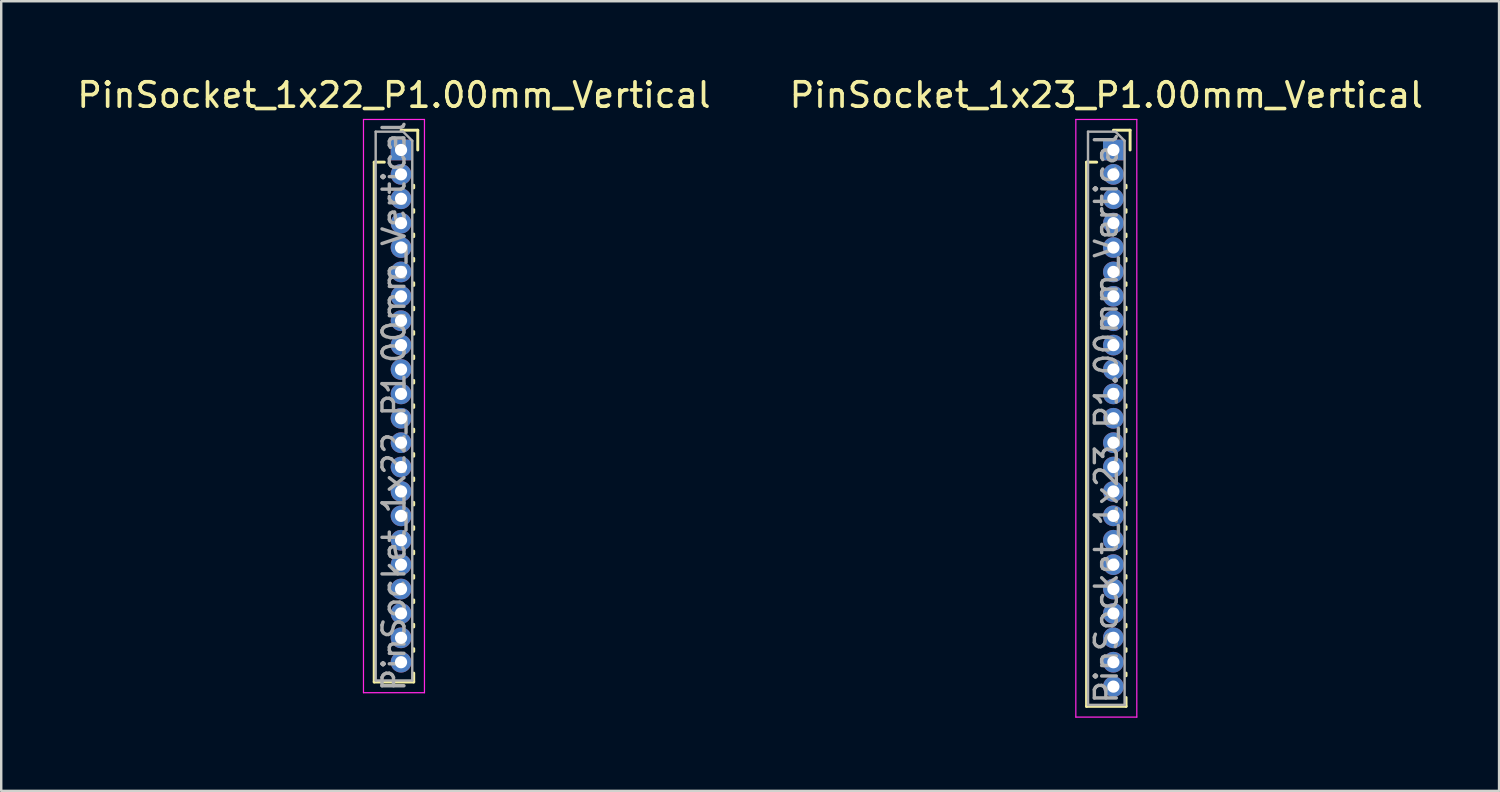
<source format=kicad_pcb>
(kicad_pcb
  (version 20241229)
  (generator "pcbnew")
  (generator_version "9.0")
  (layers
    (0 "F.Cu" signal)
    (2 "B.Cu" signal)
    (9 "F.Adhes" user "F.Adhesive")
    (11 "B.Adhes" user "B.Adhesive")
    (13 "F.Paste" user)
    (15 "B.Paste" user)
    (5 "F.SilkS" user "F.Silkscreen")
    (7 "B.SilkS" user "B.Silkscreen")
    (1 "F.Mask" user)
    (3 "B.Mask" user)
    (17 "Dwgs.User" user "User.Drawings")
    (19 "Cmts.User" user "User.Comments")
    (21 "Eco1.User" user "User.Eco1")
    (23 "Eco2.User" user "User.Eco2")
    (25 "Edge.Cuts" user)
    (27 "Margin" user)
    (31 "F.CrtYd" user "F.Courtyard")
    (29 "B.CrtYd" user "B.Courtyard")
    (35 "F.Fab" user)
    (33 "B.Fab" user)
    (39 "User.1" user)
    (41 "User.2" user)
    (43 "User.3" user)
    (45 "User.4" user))
  (footprint "PinSocket_1x22_P1.00mm_Vertical"
    (layer "F.Cu")
    (at 13.391 3.098)
    (property "Reference" "PinSocket_1x22_P1.00mm_Vertical" (at -0.29 -2.25 0) (layer "F.SilkS") (effects (font (size 1 1) (thickness 0.15))))
    (attr through_hole)
    (fp_line (start -1.1 0.5) (end -1.1 21.81) (stroke (width 0.12) (type solid)) (layer "F.SilkS"))
    (fp_line (start -1.1 0.5) (end -0.685 0.5) (stroke (width 0.12) (type solid)) (layer "F.SilkS"))
    (fp_line (start -1.1 21.81) (end 0.52 21.81) (stroke (width 0.12) (type solid)) (layer "F.SilkS"))
    (fp_line (start 0 -0.81) (end 0.685 -0.81) (stroke (width 0.12) (type solid)) (layer "F.SilkS"))
    (fp_line (start 0.52 1.446) (end 0.52 1.554) (stroke (width 0.12) (type solid)) (layer "F.SilkS"))
    (fp_line (start 0.52 2.446) (end 0.52 2.554) (stroke (width 0.12) (type solid)) (layer "F.SilkS"))
    (fp_line (start 0.52 3.446) (end 0.52 3.554) (stroke (width 0.12) (type solid)) (layer "F.SilkS"))
    (fp_line (start 0.52 4.446) (end 0.52 4.554) (stroke (width 0.12) (type solid)) (layer "F.SilkS"))
    (fp_line (start 0.52 5.446) (end 0.52 5.554) (stroke (width 0.12) (type solid)) (layer "F.SilkS"))
    (fp_line (start 0.52 6.446) (end 0.52 6.554) (stroke (width 0.12) (type solid)) (layer "F.SilkS"))
    (fp_line (start 0.52 7.446) (end 0.52 7.554) (stroke (width 0.12) (type solid)) (layer "F.SilkS"))
    (fp_line (start 0.52 8.446) (end 0.52 8.554) (stroke (width 0.12) (type solid)) (layer "F.SilkS"))
    (fp_line (start 0.52 9.446) (end 0.52 9.554) (stroke (width 0.12) (type solid)) (layer "F.SilkS"))
    (fp_line (start 0.52 10.446) (end 0.52 10.554) (stroke (width 0.12) (type solid)) (layer "F.SilkS"))
    (fp_line (start 0.52 11.446) (end 0.52 11.554) (stroke (width 0.12) (type solid)) (layer "F.SilkS"))
    (fp_line (start 0.52 12.446) (end 0.52 12.554) (stroke (width 0.12) (type solid)) (layer "F.SilkS"))
    (fp_line (start 0.52 13.446) (end 0.52 13.554) (stroke (width 0.12) (type solid)) (layer "F.SilkS"))
    (fp_line (start 0.52 14.446) (end 0.52 14.554) (stroke (width 0.12) (type solid)) (layer "F.SilkS"))
    (fp_line (start 0.52 15.446) (end 0.52 15.554) (stroke (width 0.12) (type solid)) (layer "F.SilkS"))
    (fp_line (start 0.52 16.446) (end 0.52 16.554) (stroke (width 0.12) (type solid)) (layer "F.SilkS"))
    (fp_line (start 0.52 17.446) (end 0.52 17.554) (stroke (width 0.12) (type solid)) (layer "F.SilkS"))
    (fp_line (start 0.52 18.446) (end 0.52 18.554) (stroke (width 0.12) (type solid)) (layer "F.SilkS"))
    (fp_line (start 0.52 19.446) (end 0.52 19.554) (stroke (width 0.12) (type solid)) (layer "F.SilkS"))
    (fp_line (start 0.52 20.446) (end 0.52 20.554) (stroke (width 0.12) (type solid)) (layer "F.SilkS"))
    (fp_line (start 0.52 21.446) (end 0.52 21.81) (stroke (width 0.12) (type solid)) (layer "F.SilkS"))
    (fp_line (start 0.685 -0.81) (end 0.685 0) (stroke (width 0.12) (type solid)) (layer "F.SilkS"))
    (fp_line (start -1.54 -1.25) (end 0.96 -1.25) (stroke (width 0.05) (type solid)) (layer "F.CrtYd"))
    (fp_line (start -1.54 22.25) (end -1.54 -1.25) (stroke (width 0.05) (type solid)) (layer "F.CrtYd"))
    (fp_line (start 0.96 -1.25) (end 0.96 22.25) (stroke (width 0.05) (type solid)) (layer "F.CrtYd"))
    (fp_line (start 0.96 22.25) (end -1.54 22.25) (stroke (width 0.05) (type solid)) (layer "F.CrtYd"))
    (fp_line (start -1.04 -0.75) (end 0.085 -0.75) (stroke (width 0.1) (type solid)) (layer "F.Fab"))
    (fp_line (start -1.04 21.75) (end -1.04 -0.75) (stroke (width 0.1) (type solid)) (layer "F.Fab"))
    (fp_line (start 0.085 -0.75) (end 0.46 -0.375) (stroke (width 0.1) (type solid)) (layer "F.Fab"))
    (fp_line (start 0.46 -0.375) (end 0.46 21.75) (stroke (width 0.1) (type solid)) (layer "F.Fab"))
    (fp_line (start 0.46 21.75) (end -1.04 21.75) (stroke (width 0.1) (type solid)) (layer "F.Fab"))
    (fp_text user "${REFERENCE}" (at -0.29 10.5 90) (layer "F.Fab") (effects (font (size 0.9 0.9) (thickness 0.14))))
    (pad "1" thru_hole rect (at 0 0) (size 0.85 0.85) (drill 0.5) (layers "*.Cu" "*.Mask"))
    (pad "2" thru_hole oval (at 0 1) (size 0.85 0.85) (drill 0.5) (layers "*.Cu" "*.Mask"))
    (pad "3" thru_hole oval (at 0 2) (size 0.85 0.85) (drill 0.5) (layers "*.Cu" "*.Mask"))
    (pad "4" thru_hole oval (at 0 3) (size 0.85 0.85) (drill 0.5) (layers "*.Cu" "*.Mask"))
    (pad "5" thru_hole oval (at 0 4) (size 0.85 0.85) (drill 0.5) (layers "*.Cu" "*.Mask"))
    (pad "6" thru_hole oval (at 0 5) (size 0.85 0.85) (drill 0.5) (layers "*.Cu" "*.Mask"))
    (pad "7" thru_hole oval (at 0 6) (size 0.85 0.85) (drill 0.5) (layers "*.Cu" "*.Mask"))
    (pad "8" thru_hole oval (at 0 7) (size 0.85 0.85) (drill 0.5) (layers "*.Cu" "*.Mask"))
    (pad "9" thru_hole oval (at 0 8) (size 0.85 0.85) (drill 0.5) (layers "*.Cu" "*.Mask"))
    (pad "10" thru_hole oval (at 0 9) (size 0.85 0.85) (drill 0.5) (layers "*.Cu" "*.Mask"))
    (pad "11" thru_hole oval (at 0 10) (size 0.85 0.85) (drill 0.5) (layers "*.Cu" "*.Mask"))
    (pad "12" thru_hole oval (at 0 11) (size 0.85 0.85) (drill 0.5) (layers "*.Cu" "*.Mask"))
    (pad "13" thru_hole oval (at 0 12) (size 0.85 0.85) (drill 0.5) (layers "*.Cu" "*.Mask"))
    (pad "14" thru_hole oval (at 0 13) (size 0.85 0.85) (drill 0.5) (layers "*.Cu" "*.Mask"))
    (pad "15" thru_hole oval (at 0 14) (size 0.85 0.85) (drill 0.5) (layers "*.Cu" "*.Mask"))
    (pad "16" thru_hole oval (at 0 15) (size 0.85 0.85) (drill 0.5) (layers "*.Cu" "*.Mask"))
    (pad "17" thru_hole oval (at 0 16) (size 0.85 0.85) (drill 0.5) (layers "*.Cu" "*.Mask"))
    (pad "18" thru_hole oval (at 0 17) (size 0.85 0.85) (drill 0.5) (layers "*.Cu" "*.Mask"))
    (pad "19" thru_hole oval (at 0 18) (size 0.85 0.85) (drill 0.5) (layers "*.Cu" "*.Mask"))
    (pad "20" thru_hole oval (at 0 19) (size 0.85 0.85) (drill 0.5) (layers "*.Cu" "*.Mask"))
    (pad "21" thru_hole oval (at 0 20) (size 0.85 0.85) (drill 0.5) (layers "*.Cu" "*.Mask"))
    (pad "22" thru_hole oval (at 0 21) (size 0.85 0.85) (drill 0.5) (layers "*.Cu" "*.Mask")))
  (footprint "PinSocket_1x23_P1.00mm_Vertical"
    (layer "F.Cu")
    (at 42.594 3.098)
    (property "Reference" "PinSocket_1x23_P1.00mm_Vertical" (at -0.29 -2.25 0) (layer "F.SilkS") (effects (font (size 1 1) (thickness 0.15))))
    (attr through_hole)
    (fp_line (start -1.1 0.5) (end -1.1 22.81) (stroke (width 0.12) (type solid)) (layer "F.SilkS"))
    (fp_line (start -1.1 0.5) (end -0.685 0.5) (stroke (width 0.12) (type solid)) (layer "F.SilkS"))
    (fp_line (start -1.1 22.81) (end 0.52 22.81) (stroke (width 0.12) (type solid)) (layer "F.SilkS"))
    (fp_line (start 0 -0.81) (end 0.685 -0.81) (stroke (width 0.12) (type solid)) (layer "F.SilkS"))
    (fp_line (start 0.52 1.446) (end 0.52 1.554) (stroke (width 0.12) (type solid)) (layer "F.SilkS"))
    (fp_line (start 0.52 2.446) (end 0.52 2.554) (stroke (width 0.12) (type solid)) (layer "F.SilkS"))
    (fp_line (start 0.52 3.446) (end 0.52 3.554) (stroke (width 0.12) (type solid)) (layer "F.SilkS"))
    (fp_line (start 0.52 4.446) (end 0.52 4.554) (stroke (width 0.12) (type solid)) (layer "F.SilkS"))
    (fp_line (start 0.52 5.446) (end 0.52 5.554) (stroke (width 0.12) (type solid)) (layer "F.SilkS"))
    (fp_line (start 0.52 6.446) (end 0.52 6.554) (stroke (width 0.12) (type solid)) (layer "F.SilkS"))
    (fp_line (start 0.52 7.446) (end 0.52 7.554) (stroke (width 0.12) (type solid)) (layer "F.SilkS"))
    (fp_line (start 0.52 8.446) (end 0.52 8.554) (stroke (width 0.12) (type solid)) (layer "F.SilkS"))
    (fp_line (start 0.52 9.446) (end 0.52 9.554) (stroke (width 0.12) (type solid)) (layer "F.SilkS"))
    (fp_line (start 0.52 10.446) (end 0.52 10.554) (stroke (width 0.12) (type solid)) (layer "F.SilkS"))
    (fp_line (start 0.52 11.446) (end 0.52 11.554) (stroke (width 0.12) (type solid)) (layer "F.SilkS"))
    (fp_line (start 0.52 12.446) (end 0.52 12.554) (stroke (width 0.12) (type solid)) (layer "F.SilkS"))
    (fp_line (start 0.52 13.446) (end 0.52 13.554) (stroke (width 0.12) (type solid)) (layer "F.SilkS"))
    (fp_line (start 0.52 14.446) (end 0.52 14.554) (stroke (width 0.12) (type solid)) (layer "F.SilkS"))
    (fp_line (start 0.52 15.446) (end 0.52 15.554) (stroke (width 0.12) (type solid)) (layer "F.SilkS"))
    (fp_line (start 0.52 16.446) (end 0.52 16.554) (stroke (width 0.12) (type solid)) (layer "F.SilkS"))
    (fp_line (start 0.52 17.446) (end 0.52 17.554) (stroke (width 0.12) (type solid)) (layer "F.SilkS"))
    (fp_line (start 0.52 18.446) (end 0.52 18.554) (stroke (width 0.12) (type solid)) (layer "F.SilkS"))
    (fp_line (start 0.52 19.446) (end 0.52 19.554) (stroke (width 0.12) (type solid)) (layer "F.SilkS"))
    (fp_line (start 0.52 20.446) (end 0.52 20.554) (stroke (width 0.12) (type solid)) (layer "F.SilkS"))
    (fp_line (start 0.52 21.446) (end 0.52 21.554) (stroke (width 0.12) (type solid)) (layer "F.SilkS"))
    (fp_line (start 0.52 22.446) (end 0.52 22.81) (stroke (width 0.12) (type solid)) (layer "F.SilkS"))
    (fp_line (start 0.685 -0.81) (end 0.685 0) (stroke (width 0.12) (type solid)) (layer "F.SilkS"))
    (fp_line (start -1.54 -1.25) (end 0.96 -1.25) (stroke (width 0.05) (type solid)) (layer "F.CrtYd"))
    (fp_line (start -1.54 23.25) (end -1.54 -1.25) (stroke (width 0.05) (type solid)) (layer "F.CrtYd"))
    (fp_line (start 0.96 -1.25) (end 0.96 23.25) (stroke (width 0.05) (type solid)) (layer "F.CrtYd"))
    (fp_line (start 0.96 23.25) (end -1.54 23.25) (stroke (width 0.05) (type solid)) (layer "F.CrtYd"))
    (fp_line (start -1.04 -0.75) (end 0.085 -0.75) (stroke (width 0.1) (type solid)) (layer "F.Fab"))
    (fp_line (start -1.04 22.75) (end -1.04 -0.75) (stroke (width 0.1) (type solid)) (layer "F.Fab"))
    (fp_line (start 0.085 -0.75) (end 0.46 -0.375) (stroke (width 0.1) (type solid)) (layer "F.Fab"))
    (fp_line (start 0.46 -0.375) (end 0.46 22.75) (stroke (width 0.1) (type solid)) (layer "F.Fab"))
    (fp_line (start 0.46 22.75) (end -1.04 22.75) (stroke (width 0.1) (type solid)) (layer "F.Fab"))
    (fp_text user "${REFERENCE}" (at -0.29 11 90) (layer "F.Fab") (effects (font (size 0.9 0.9) (thickness 0.14))))
    (pad "1" thru_hole rect (at 0 0) (size 0.85 0.85) (drill 0.5) (layers "*.Cu" "*.Mask"))
    (pad "2" thru_hole oval (at 0 1) (size 0.85 0.85) (drill 0.5) (layers "*.Cu" "*.Mask"))
    (pad "3" thru_hole oval (at 0 2) (size 0.85 0.85) (drill 0.5) (layers "*.Cu" "*.Mask"))
    (pad "4" thru_hole oval (at 0 3) (size 0.85 0.85) (drill 0.5) (layers "*.Cu" "*.Mask"))
    (pad "5" thru_hole oval (at 0 4) (size 0.85 0.85) (drill 0.5) (layers "*.Cu" "*.Mask"))
    (pad "6" thru_hole oval (at 0 5) (size 0.85 0.85) (drill 0.5) (layers "*.Cu" "*.Mask"))
    (pad "7" thru_hole oval (at 0 6) (size 0.85 0.85) (drill 0.5) (layers "*.Cu" "*.Mask"))
    (pad "8" thru_hole oval (at 0 7) (size 0.85 0.85) (drill 0.5) (layers "*.Cu" "*.Mask"))
    (pad "9" thru_hole oval (at 0 8) (size 0.85 0.85) (drill 0.5) (layers "*.Cu" "*.Mask"))
    (pad "10" thru_hole oval (at 0 9) (size 0.85 0.85) (drill 0.5) (layers "*.Cu" "*.Mask"))
    (pad "11" thru_hole oval (at 0 10) (size 0.85 0.85) (drill 0.5) (layers "*.Cu" "*.Mask"))
    (pad "12" thru_hole oval (at 0 11) (size 0.85 0.85) (drill 0.5) (layers "*.Cu" "*.Mask"))
    (pad "13" thru_hole oval (at 0 12) (size 0.85 0.85) (drill 0.5) (layers "*.Cu" "*.Mask"))
    (pad "14" thru_hole oval (at 0 13) (size 0.85 0.85) (drill 0.5) (layers "*.Cu" "*.Mask"))
    (pad "15" thru_hole oval (at 0 14) (size 0.85 0.85) (drill 0.5) (layers "*.Cu" "*.Mask"))
    (pad "16" thru_hole oval (at 0 15) (size 0.85 0.85) (drill 0.5) (layers "*.Cu" "*.Mask"))
    (pad "17" thru_hole oval (at 0 16) (size 0.85 0.85) (drill 0.5) (layers "*.Cu" "*.Mask"))
    (pad "18" thru_hole oval (at 0 17) (size 0.85 0.85) (drill 0.5) (layers "*.Cu" "*.Mask"))
    (pad "19" thru_hole oval (at 0 18) (size 0.85 0.85) (drill 0.5) (layers "*.Cu" "*.Mask"))
    (pad "20" thru_hole oval (at 0 19) (size 0.85 0.85) (drill 0.5) (layers "*.Cu" "*.Mask"))
    (pad "21" thru_hole oval (at 0 20) (size 0.85 0.85) (drill 0.5) (layers "*.Cu" "*.Mask"))
    (pad "22" thru_hole oval (at 0 21) (size 0.85 0.85) (drill 0.5) (layers "*.Cu" "*.Mask"))
    (pad "23" thru_hole oval (at 0 22) (size 0.85 0.85) (drill 0.5) (layers "*.Cu" "*.Mask")))
  (gr_rect
    (start -3 -3)
    (end 58.405 29.373)
    (stroke (width 0.1) (type default))
    (fill no)
    (layer "Edge.Cuts")))
</source>
